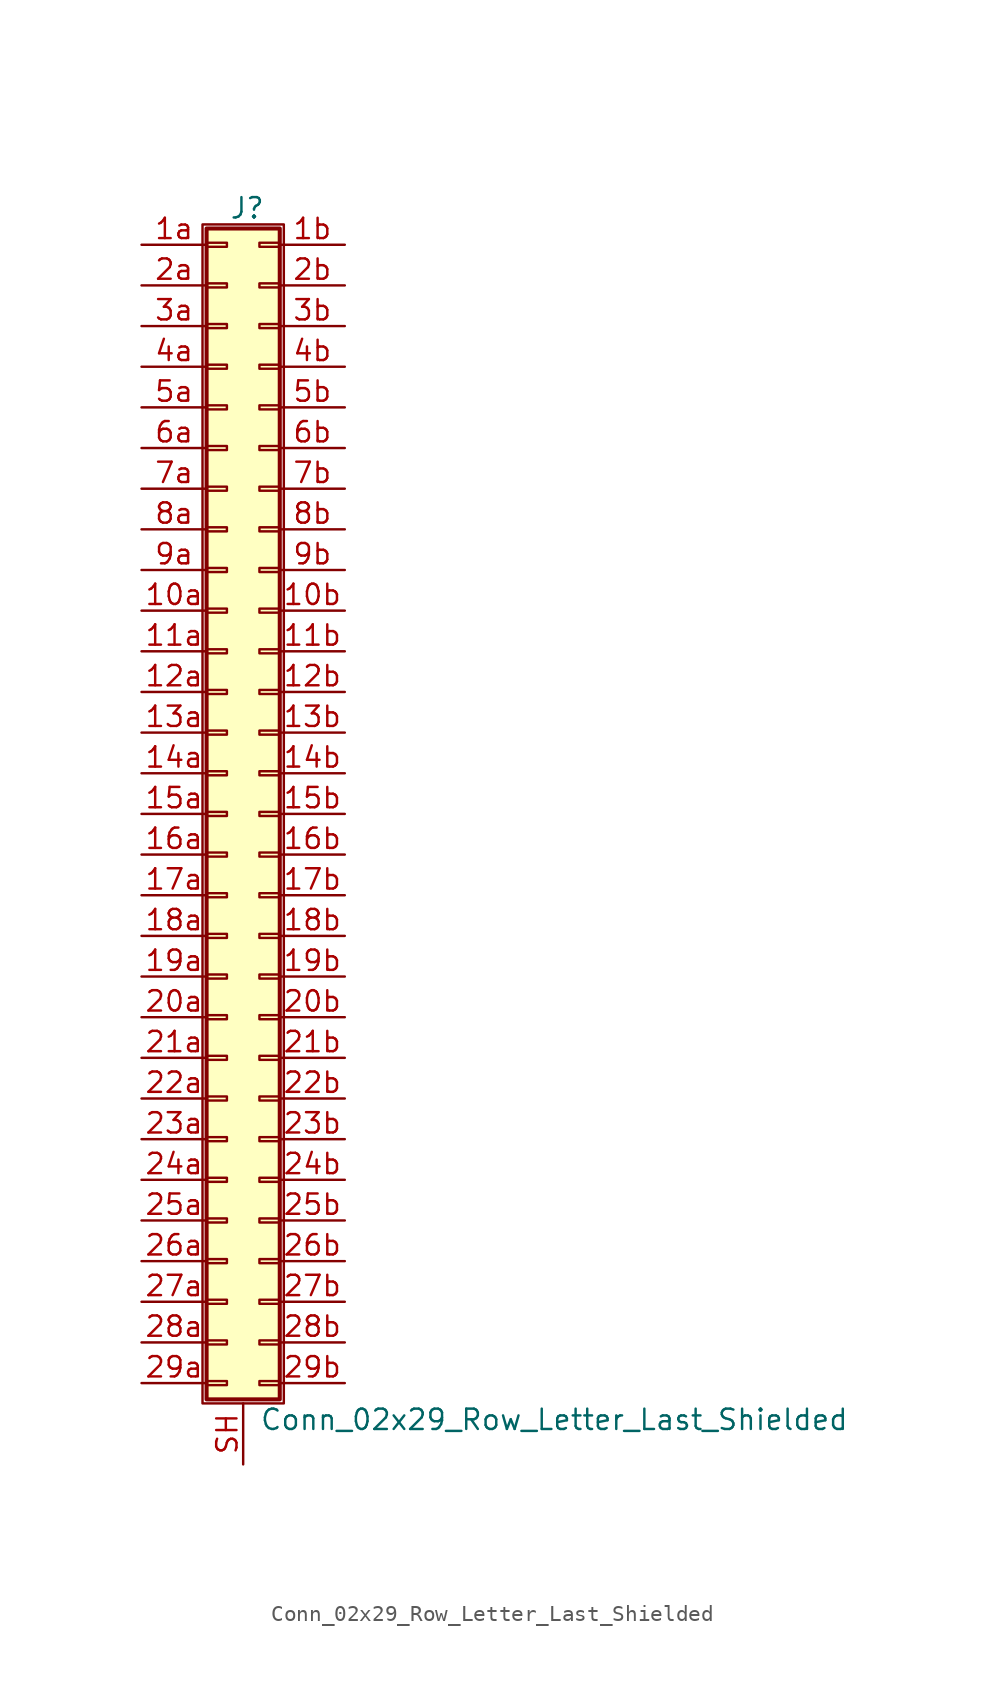
<source format=kicad_sym>
(kicad_symbol_lib
  (version 20211014)
  (generator kicad_symbol_editor)
  (symbol "Conn_02x29_Row_Letter_Last_Shielded"
    (pin_names
      (offset 1.016) hide)
    (property "Reference" "J"
      (at 1.524 37.846 0)
      (effects (font (size 1.27 1.27))))
    (property "Value" "Conn_02x29_Row_Letter_Last_Shielded"
      (at 2.286 -37.846 0)
      (effects (font (size 1.27 1.27)) (justify left)))
    (symbol "Conn_02x29_Row_Letter_Last_Shielded_1_1"
      (rectangle (start -1.27 36.83) (end 3.81 -36.83) (stroke (width 0.152) (type default) (color 0 0 0 0)) (fill (type none)))
      (rectangle (start -1.016 -35.433) (end 0.254 -35.687) (stroke (width 0.152) (type default) (color 0 0 0 0)) (fill (type none)))
      (rectangle (start -1.016 -32.893) (end 0.254 -33.147) (stroke (width 0.152) (type default) (color 0 0 0 0)) (fill (type none)))
      (rectangle (start -1.016 -30.353) (end 0.254 -30.607) (stroke (width 0.152) (type default) (color 0 0 0 0)) (fill (type none)))
      (rectangle (start -1.016 -27.813) (end 0.254 -28.067) (stroke (width 0.152) (type default) (color 0 0 0 0)) (fill (type none)))
      (rectangle (start -1.016 -25.273) (end 0.254 -25.527) (stroke (width 0.152) (type default) (color 0 0 0 0)) (fill (type none)))
      (rectangle (start -1.016 -22.733) (end 0.254 -22.987) (stroke (width 0.152) (type default) (color 0 0 0 0)) (fill (type none)))
      (rectangle (start -1.016 -20.193) (end 0.254 -20.447) (stroke (width 0.152) (type default) (color 0 0 0 0)) (fill (type none)))
      (rectangle (start -1.016 -17.653) (end 0.254 -17.907) (stroke (width 0.152) (type default) (color 0 0 0 0)) (fill (type none)))
      (rectangle (start -1.016 -15.113) (end 0.254 -15.367) (stroke (width 0.152) (type default) (color 0 0 0 0)) (fill (type none)))
      (rectangle (start -1.016 -12.573) (end 0.254 -12.827) (stroke (width 0.152) (type default) (color 0 0 0 0)) (fill (type none)))
      (rectangle (start -1.016 -10.033) (end 0.254 -10.287) (stroke (width 0.152) (type default) (color 0 0 0 0)) (fill (type none)))
      (rectangle (start -1.016 -7.493) (end 0.254 -7.747) (stroke (width 0.152) (type default) (color 0 0 0 0)) (fill (type none)))
      (rectangle (start -1.016 -4.953) (end 0.254 -5.207) (stroke (width 0.152) (type default) (color 0 0 0 0)) (fill (type none)))
      (rectangle (start -1.016 -2.413) (end 0.254 -2.667) (stroke (width 0.152) (type default) (color 0 0 0 0)) (fill (type none)))
      (rectangle (start -1.016 0.127) (end 0.254 -0.127) (stroke (width 0.152) (type default) (color 0 0 0 0)) (fill (type none)))
      (rectangle (start -1.016 2.667) (end 0.254 2.413) (stroke (width 0.152) (type default) (color 0 0 0 0)) (fill (type none)))
      (rectangle (start -1.016 5.207) (end 0.254 4.953) (stroke (width 0.152) (type default) (color 0 0 0 0)) (fill (type none)))
      (rectangle (start -1.016 7.747) (end 0.254 7.493) (stroke (width 0.152) (type default) (color 0 0 0 0)) (fill (type none)))
      (rectangle (start -1.016 10.287) (end 0.254 10.033) (stroke (width 0.152) (type default) (color 0 0 0 0)) (fill (type none)))
      (rectangle (start -1.016 12.827) (end 0.254 12.573) (stroke (width 0.152) (type default) (color 0 0 0 0)) (fill (type none)))
      (rectangle (start -1.016 15.367) (end 0.254 15.113) (stroke (width 0.152) (type default) (color 0 0 0 0)) (fill (type none)))
      (rectangle (start -1.016 17.907) (end 0.254 17.653) (stroke (width 0.152) (type default) (color 0 0 0 0)) (fill (type none)))
      (rectangle (start -1.016 20.447) (end 0.254 20.193) (stroke (width 0.152) (type default) (color 0 0 0 0)) (fill (type none)))
      (rectangle (start -1.016 22.987) (end 0.254 22.733) (stroke (width 0.152) (type default) (color 0 0 0 0)) (fill (type none)))
      (rectangle (start -1.016 25.527) (end 0.254 25.273) (stroke (width 0.152) (type default) (color 0 0 0 0)) (fill (type none)))
      (rectangle (start -1.016 28.067) (end 0.254 27.813) (stroke (width 0.152) (type default) (color 0 0 0 0)) (fill (type none)))
      (rectangle (start -1.016 30.607) (end 0.254 30.353) (stroke (width 0.152) (type default) (color 0 0 0 0)) (fill (type none)))
      (rectangle (start -1.016 33.147) (end 0.254 32.893) (stroke (width 0.152) (type default) (color 0 0 0 0)) (fill (type none)))
      (rectangle (start -1.016 35.687) (end 0.254 35.433) (stroke (width 0.152) (type default) (color 0 0 0 0)) (fill (type none)))
      (rectangle (start -1.016 36.576) (end 3.556 -36.576) (stroke (width 0.254) (type default) (color 0 0 0 0)) (fill (type background)))
      (rectangle (start 3.556 -35.433) (end 2.286 -35.687) (stroke (width 0.152) (type default) (color 0 0 0 0)) (fill (type none)))
      (rectangle (start 3.556 -32.893) (end 2.286 -33.147) (stroke (width 0.152) (type default) (color 0 0 0 0)) (fill (type none)))
      (rectangle (start 3.556 -30.353) (end 2.286 -30.607) (stroke (width 0.152) (type default) (color 0 0 0 0)) (fill (type none)))
      (rectangle (start 3.556 -27.813) (end 2.286 -28.067) (stroke (width 0.152) (type default) (color 0 0 0 0)) (fill (type none)))
      (rectangle (start 3.556 -25.273) (end 2.286 -25.527) (stroke (width 0.152) (type default) (color 0 0 0 0)) (fill (type none)))
      (rectangle (start 3.556 -22.733) (end 2.286 -22.987) (stroke (width 0.152) (type default) (color 0 0 0 0)) (fill (type none)))
      (rectangle (start 3.556 -20.193) (end 2.286 -20.447) (stroke (width 0.152) (type default) (color 0 0 0 0)) (fill (type none)))
      (rectangle (start 3.556 -17.653) (end 2.286 -17.907) (stroke (width 0.152) (type default) (color 0 0 0 0)) (fill (type none)))
      (rectangle (start 3.556 -15.113) (end 2.286 -15.367) (stroke (width 0.152) (type default) (color 0 0 0 0)) (fill (type none)))
      (rectangle (start 3.556 -12.573) (end 2.286 -12.827) (stroke (width 0.152) (type default) (color 0 0 0 0)) (fill (type none)))
      (rectangle (start 3.556 -10.033) (end 2.286 -10.287) (stroke (width 0.152) (type default) (color 0 0 0 0)) (fill (type none)))
      (rectangle (start 3.556 -7.493) (end 2.286 -7.747) (stroke (width 0.152) (type default) (color 0 0 0 0)) (fill (type none)))
      (rectangle (start 3.556 -4.953) (end 2.286 -5.207) (stroke (width 0.152) (type default) (color 0 0 0 0)) (fill (type none)))
      (rectangle (start 3.556 -2.413) (end 2.286 -2.667) (stroke (width 0.152) (type default) (color 0 0 0 0)) (fill (type none)))
      (rectangle (start 3.556 0.127) (end 2.286 -0.127) (stroke (width 0.152) (type default) (color 0 0 0 0)) (fill (type none)))
      (rectangle (start 3.556 2.667) (end 2.286 2.413) (stroke (width 0.152) (type default) (color 0 0 0 0)) (fill (type none)))
      (rectangle (start 3.556 5.207) (end 2.286 4.953) (stroke (width 0.152) (type default) (color 0 0 0 0)) (fill (type none)))
      (rectangle (start 3.556 7.747) (end 2.286 7.493) (stroke (width 0.152) (type default) (color 0 0 0 0)) (fill (type none)))
      (rectangle (start 3.556 10.287) (end 2.286 10.033) (stroke (width 0.152) (type default) (color 0 0 0 0)) (fill (type none)))
      (rectangle (start 3.556 12.827) (end 2.286 12.573) (stroke (width 0.152) (type default) (color 0 0 0 0)) (fill (type none)))
      (rectangle (start 3.556 15.367) (end 2.286 15.113) (stroke (width 0.152) (type default) (color 0 0 0 0)) (fill (type none)))
      (rectangle (start 3.556 17.907) (end 2.286 17.653) (stroke (width 0.152) (type default) (color 0 0 0 0)) (fill (type none)))
      (rectangle (start 3.556 20.447) (end 2.286 20.193) (stroke (width 0.152) (type default) (color 0 0 0 0)) (fill (type none)))
      (rectangle (start 3.556 22.987) (end 2.286 22.733) (stroke (width 0.152) (type default) (color 0 0 0 0)) (fill (type none)))
      (rectangle (start 3.556 25.527) (end 2.286 25.273) (stroke (width 0.152) (type default) (color 0 0 0 0)) (fill (type none)))
      (rectangle (start 3.556 28.067) (end 2.286 27.813) (stroke (width 0.152) (type default) (color 0 0 0 0)) (fill (type none)))
      (rectangle (start 3.556 30.607) (end 2.286 30.353) (stroke (width 0.152) (type default) (color 0 0 0 0)) (fill (type none)))
      (rectangle (start 3.556 33.147) (end 2.286 32.893) (stroke (width 0.152) (type default) (color 0 0 0 0)) (fill (type none)))
      (rectangle (start 3.556 35.687) (end 2.286 35.433) (stroke (width 0.152) (type default) (color 0 0 0 0)) (fill (type none)))
      (pin passive line (at -5.08 12.7 0) (length 4.064) (name "Pin_10a" (effects (font (size 1.27 1.27)))) (number "10a" (effects (font (size 1.27 1.27)))))
      (pin passive line (at 7.62 12.7 180) (length 4.064) (name "Pin_10b" (effects (font (size 1.27 1.27)))) (number "10b" (effects (font (size 1.27 1.27)))))
      (pin passive line (at -5.08 10.16 0) (length 4.064) (name "Pin_11a" (effects (font (size 1.27 1.27)))) (number "11a" (effects (font (size 1.27 1.27)))))
      (pin passive line (at 7.62 10.16 180) (length 4.064) (name "Pin_11b" (effects (font (size 1.27 1.27)))) (number "11b" (effects (font (size 1.27 1.27)))))
      (pin passive line (at -5.08 7.62 0) (length 4.064) (name "Pin_12a" (effects (font (size 1.27 1.27)))) (number "12a" (effects (font (size 1.27 1.27)))))
      (pin passive line (at 7.62 7.62 180) (length 4.064) (name "Pin_12b" (effects (font (size 1.27 1.27)))) (number "12b" (effects (font (size 1.27 1.27)))))
      (pin passive line (at -5.08 5.08 0) (length 4.064) (name "Pin_13a" (effects (font (size 1.27 1.27)))) (number "13a" (effects (font (size 1.27 1.27)))))
      (pin passive line (at 7.62 5.08 180) (length 4.064) (name "Pin_13b" (effects (font (size 1.27 1.27)))) (number "13b" (effects (font (size 1.27 1.27)))))
      (pin passive line (at -5.08 2.54 0) (length 4.064) (name "Pin_14a" (effects (font (size 1.27 1.27)))) (number "14a" (effects (font (size 1.27 1.27)))))
      (pin passive line (at 7.62 2.54 180) (length 4.064) (name "Pin_14b" (effects (font (size 1.27 1.27)))) (number "14b" (effects (font (size 1.27 1.27)))))
      (pin passive line (at -5.08 0 0) (length 4.064) (name "Pin_15a" (effects (font (size 1.27 1.27)))) (number "15a" (effects (font (size 1.27 1.27)))))
      (pin passive line (at 7.62 0 180) (length 4.064) (name "Pin_15b" (effects (font (size 1.27 1.27)))) (number "15b" (effects (font (size 1.27 1.27)))))
      (pin passive line (at -5.08 -2.54 0) (length 4.064) (name "Pin_16a" (effects (font (size 1.27 1.27)))) (number "16a" (effects (font (size 1.27 1.27)))))
      (pin passive line (at 7.62 -2.54 180) (length 4.064) (name "Pin_16b" (effects (font (size 1.27 1.27)))) (number "16b" (effects (font (size 1.27 1.27)))))
      (pin passive line (at -5.08 -5.08 0) (length 4.064) (name "Pin_17a" (effects (font (size 1.27 1.27)))) (number "17a" (effects (font (size 1.27 1.27)))))
      (pin passive line (at 7.62 -5.08 180) (length 4.064) (name "Pin_17b" (effects (font (size 1.27 1.27)))) (number "17b" (effects (font (size 1.27 1.27)))))
      (pin passive line (at -5.08 -7.62 0) (length 4.064) (name "Pin_18a" (effects (font (size 1.27 1.27)))) (number "18a" (effects (font (size 1.27 1.27)))))
      (pin passive line (at 7.62 -7.62 180) (length 4.064) (name "Pin_18b" (effects (font (size 1.27 1.27)))) (number "18b" (effects (font (size 1.27 1.27)))))
      (pin passive line (at -5.08 -10.16 0) (length 4.064) (name "Pin_19a" (effects (font (size 1.27 1.27)))) (number "19a" (effects (font (size 1.27 1.27)))))
      (pin passive line (at 7.62 -10.16 180) (length 4.064) (name "Pin_19b" (effects (font (size 1.27 1.27)))) (number "19b" (effects (font (size 1.27 1.27)))))
      (pin passive line (at -5.08 35.56 0) (length 4.064) (name "Pin_1a" (effects (font (size 1.27 1.27)))) (number "1a" (effects (font (size 1.27 1.27)))))
      (pin passive line (at 7.62 35.56 180) (length 4.064) (name "Pin_1b" (effects (font (size 1.27 1.27)))) (number "1b" (effects (font (size 1.27 1.27)))))
      (pin passive line (at -5.08 -12.7 0) (length 4.064) (name "Pin_20a" (effects (font (size 1.27 1.27)))) (number "20a" (effects (font (size 1.27 1.27)))))
      (pin passive line (at 7.62 -12.7 180) (length 4.064) (name "Pin_20b" (effects (font (size 1.27 1.27)))) (number "20b" (effects (font (size 1.27 1.27)))))
      (pin passive line (at -5.08 -15.24 0) (length 4.064) (name "Pin_21a" (effects (font (size 1.27 1.27)))) (number "21a" (effects (font (size 1.27 1.27)))))
      (pin passive line (at 7.62 -15.24 180) (length 4.064) (name "Pin_21b" (effects (font (size 1.27 1.27)))) (number "21b" (effects (font (size 1.27 1.27)))))
      (pin passive line (at -5.08 -17.78 0) (length 4.064) (name "Pin_22a" (effects (font (size 1.27 1.27)))) (number "22a" (effects (font (size 1.27 1.27)))))
      (pin passive line (at 7.62 -17.78 180) (length 4.064) (name "Pin_22b" (effects (font (size 1.27 1.27)))) (number "22b" (effects (font (size 1.27 1.27)))))
      (pin passive line (at -5.08 -20.32 0) (length 4.064) (name "Pin_23a" (effects (font (size 1.27 1.27)))) (number "23a" (effects (font (size 1.27 1.27)))))
      (pin passive line (at 7.62 -20.32 180) (length 4.064) (name "Pin_23b" (effects (font (size 1.27 1.27)))) (number "23b" (effects (font (size 1.27 1.27)))))
      (pin passive line (at -5.08 -22.86 0) (length 4.064) (name "Pin_24a" (effects (font (size 1.27 1.27)))) (number "24a" (effects (font (size 1.27 1.27)))))
      (pin passive line (at 7.62 -22.86 180) (length 4.064) (name "Pin_24b" (effects (font (size 1.27 1.27)))) (number "24b" (effects (font (size 1.27 1.27)))))
      (pin passive line (at -5.08 -25.4 0) (length 4.064) (name "Pin_25a" (effects (font (size 1.27 1.27)))) (number "25a" (effects (font (size 1.27 1.27)))))
      (pin passive line (at 7.62 -25.4 180) (length 4.064) (name "Pin_25b" (effects (font (size 1.27 1.27)))) (number "25b" (effects (font (size 1.27 1.27)))))
      (pin passive line (at -5.08 -27.94 0) (length 4.064) (name "Pin_26a" (effects (font (size 1.27 1.27)))) (number "26a" (effects (font (size 1.27 1.27)))))
      (pin passive line (at 7.62 -27.94 180) (length 4.064) (name "Pin_26b" (effects (font (size 1.27 1.27)))) (number "26b" (effects (font (size 1.27 1.27)))))
      (pin passive line (at -5.08 -30.48 0) (length 4.064) (name "Pin_27a" (effects (font (size 1.27 1.27)))) (number "27a" (effects (font (size 1.27 1.27)))))
      (pin passive line (at 7.62 -30.48 180) (length 4.064) (name "Pin_27b" (effects (font (size 1.27 1.27)))) (number "27b" (effects (font (size 1.27 1.27)))))
      (pin passive line (at -5.08 -33.02 0) (length 4.064) (name "Pin_28a" (effects (font (size 1.27 1.27)))) (number "28a" (effects (font (size 1.27 1.27)))))
      (pin passive line (at 7.62 -33.02 180) (length 4.064) (name "Pin_28b" (effects (font (size 1.27 1.27)))) (number "28b" (effects (font (size 1.27 1.27)))))
      (pin passive line (at -5.08 -35.56 0) (length 4.064) (name "Pin_29a" (effects (font (size 1.27 1.27)))) (number "29a" (effects (font (size 1.27 1.27)))))
      (pin passive line (at 7.62 -35.56 180) (length 4.064) (name "Pin_29b" (effects (font (size 1.27 1.27)))) (number "29b" (effects (font (size 1.27 1.27)))))
      (pin passive line (at -5.08 33.02 0) (length 4.064) (name "Pin_2a" (effects (font (size 1.27 1.27)))) (number "2a" (effects (font (size 1.27 1.27)))))
      (pin passive line (at 7.62 33.02 180) (length 4.064) (name "Pin_2b" (effects (font (size 1.27 1.27)))) (number "2b" (effects (font (size 1.27 1.27)))))
      (pin passive line (at -5.08 30.48 0) (length 4.064) (name "Pin_3a" (effects (font (size 1.27 1.27)))) (number "3a" (effects (font (size 1.27 1.27)))))
      (pin passive line (at 7.62 30.48 180) (length 4.064) (name "Pin_3b" (effects (font (size 1.27 1.27)))) (number "3b" (effects (font (size 1.27 1.27)))))
      (pin passive line (at -5.08 27.94 0) (length 4.064) (name "Pin_4a" (effects (font (size 1.27 1.27)))) (number "4a" (effects (font (size 1.27 1.27)))))
      (pin passive line (at 7.62 27.94 180) (length 4.064) (name "Pin_4b" (effects (font (size 1.27 1.27)))) (number "4b" (effects (font (size 1.27 1.27)))))
      (pin passive line (at -5.08 25.4 0) (length 4.064) (name "Pin_5a" (effects (font (size 1.27 1.27)))) (number "5a" (effects (font (size 1.27 1.27)))))
      (pin passive line (at 7.62 25.4 180) (length 4.064) (name "Pin_5b" (effects (font (size 1.27 1.27)))) (number "5b" (effects (font (size 1.27 1.27)))))
      (pin passive line (at -5.08 22.86 0) (length 4.064) (name "Pin_6a" (effects (font (size 1.27 1.27)))) (number "6a" (effects (font (size 1.27 1.27)))))
      (pin passive line (at 7.62 22.86 180) (length 4.064) (name "Pin_6b" (effects (font (size 1.27 1.27)))) (number "6b" (effects (font (size 1.27 1.27)))))
      (pin passive line (at -5.08 20.32 0) (length 4.064) (name "Pin_7a" (effects (font (size 1.27 1.27)))) (number "7a" (effects (font (size 1.27 1.27)))))
      (pin passive line (at 7.62 20.32 180) (length 4.064) (name "Pin_7b" (effects (font (size 1.27 1.27)))) (number "7b" (effects (font (size 1.27 1.27)))))
      (pin passive line (at -5.08 17.78 0) (length 4.064) (name "Pin_8a" (effects (font (size 1.27 1.27)))) (number "8a" (effects (font (size 1.27 1.27)))))
      (pin passive line (at 7.62 17.78 180) (length 4.064) (name "Pin_8b" (effects (font (size 1.27 1.27)))) (number "8b" (effects (font (size 1.27 1.27)))))
      (pin passive line (at -5.08 15.24 0) (length 4.064) (name "Pin_9a" (effects (font (size 1.27 1.27)))) (number "9a" (effects (font (size 1.27 1.27)))))
      (pin passive line (at 7.62 15.24 180) (length 4.064) (name "Pin_9b" (effects (font (size 1.27 1.27)))) (number "9b" (effects (font (size 1.27 1.27)))))
      (pin passive line (at 1.27 -40.64 90) (length 3.81) (name "Shield" (effects (font (size 1.27 1.27)))) (number "SH" (effects (font (size 1.27 1.27))))))))
</source>
